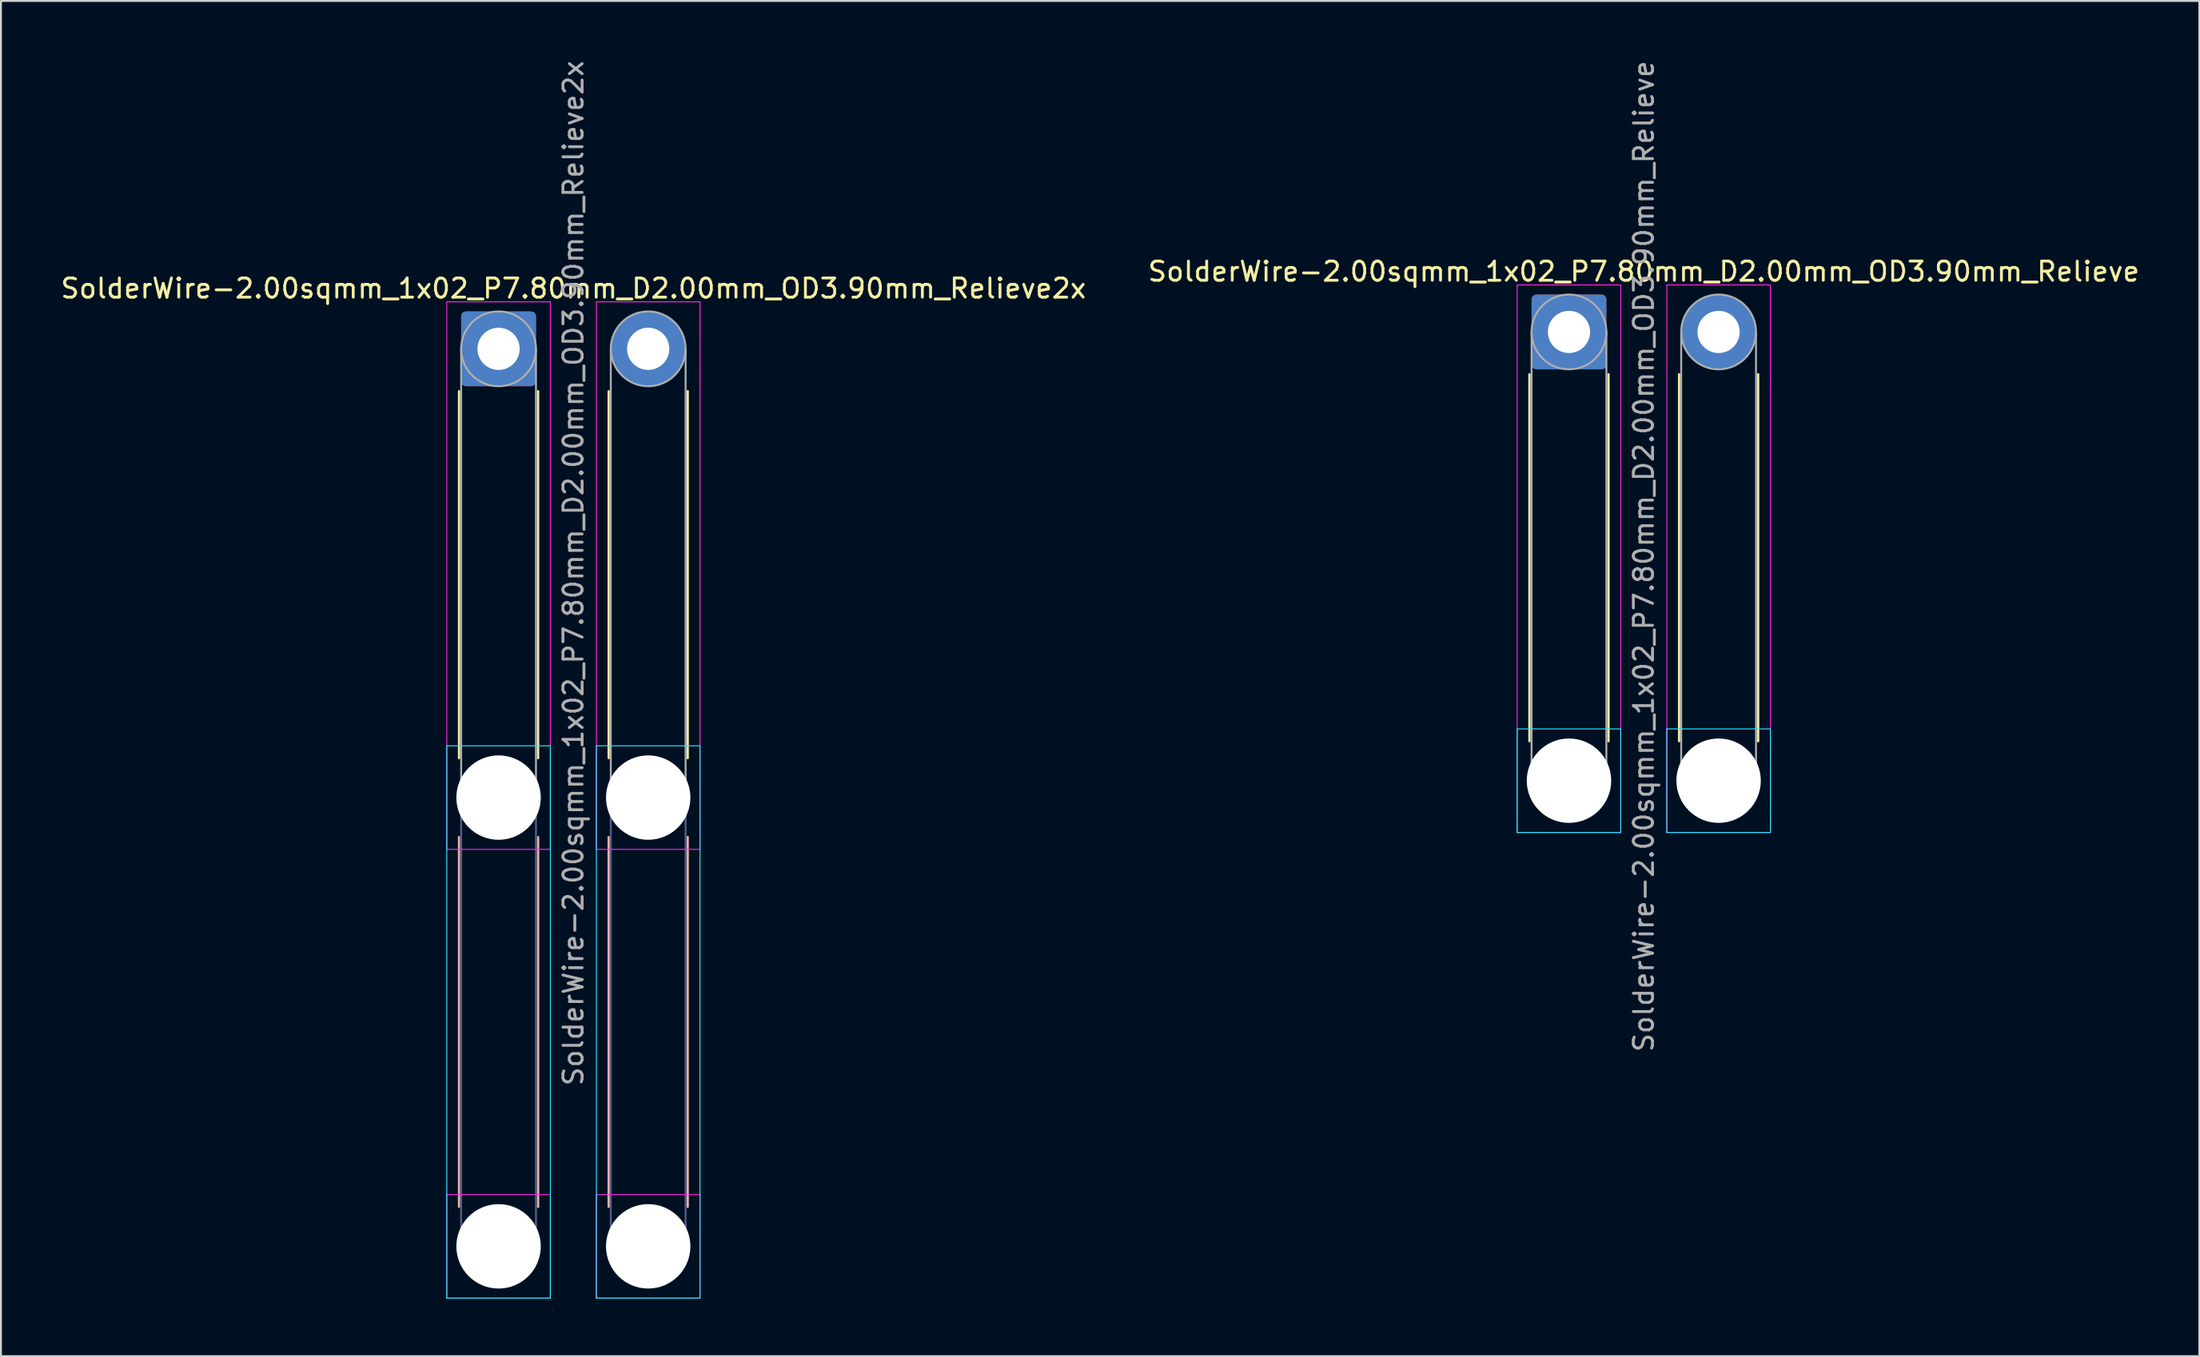
<source format=kicad_pcb>
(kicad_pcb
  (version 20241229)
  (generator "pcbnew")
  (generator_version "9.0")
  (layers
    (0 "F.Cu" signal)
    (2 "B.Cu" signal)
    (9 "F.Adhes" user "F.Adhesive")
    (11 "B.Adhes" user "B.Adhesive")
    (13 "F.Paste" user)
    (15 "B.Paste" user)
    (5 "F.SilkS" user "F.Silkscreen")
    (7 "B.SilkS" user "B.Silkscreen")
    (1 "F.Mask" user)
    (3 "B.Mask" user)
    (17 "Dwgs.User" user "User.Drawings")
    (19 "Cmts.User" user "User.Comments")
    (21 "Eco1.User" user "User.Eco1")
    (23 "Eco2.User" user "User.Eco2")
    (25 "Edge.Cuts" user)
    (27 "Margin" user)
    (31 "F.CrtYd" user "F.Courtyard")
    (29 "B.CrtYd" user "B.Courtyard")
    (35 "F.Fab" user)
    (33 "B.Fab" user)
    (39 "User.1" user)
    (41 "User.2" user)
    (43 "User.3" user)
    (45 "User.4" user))
  (footprint "SolderWire-2.00sqmm_1x02_P7.80mm_D2.00mm_OD3.90mm_Relieve"
    (layer "F.Cu")
    (at 78.737 14.258)
    (property "Reference" "SolderWire-2.00sqmm_1x02_P7.80mm_D2.00mm_OD3.90mm_Relieve" (at 3.9 -3.15 0) (layer "F.SilkS") (effects (font (size 1 1) (thickness 0.15))))
    (attr exclude_from_pos_files exclude_from_bom)
    (fp_line (start -2.06 2.21) (end -2.06 21.34) (stroke (width 0.12) (type solid)) (layer "F.SilkS"))
    (fp_line (start 2.06 2.21) (end 2.06 21.34) (stroke (width 0.12) (type solid)) (layer "F.SilkS"))
    (fp_line (start 5.74 2.21) (end 5.74 21.34) (stroke (width 0.12) (type solid)) (layer "F.SilkS"))
    (fp_line (start 9.86 2.21) (end 9.86 21.34) (stroke (width 0.12) (type solid)) (layer "F.SilkS"))
    (fp_line (start -2.7 20.7) (end -2.7 26.1) (stroke (width 0.05) (type solid)) (layer "B.CrtYd"))
    (fp_line (start -2.7 26.1) (end 2.7 26.1) (stroke (width 0.05) (type solid)) (layer "B.CrtYd"))
    (fp_line (start 2.7 20.7) (end -2.7 20.7) (stroke (width 0.05) (type solid)) (layer "B.CrtYd"))
    (fp_line (start 2.7 26.1) (end 2.7 20.7) (stroke (width 0.05) (type solid)) (layer "B.CrtYd"))
    (fp_line (start 5.1 20.7) (end 5.1 26.1) (stroke (width 0.05) (type solid)) (layer "B.CrtYd"))
    (fp_line (start 5.1 26.1) (end 10.5 26.1) (stroke (width 0.05) (type solid)) (layer "B.CrtYd"))
    (fp_line (start 10.5 20.7) (end 5.1 20.7) (stroke (width 0.05) (type solid)) (layer "B.CrtYd"))
    (fp_line (start 10.5 26.1) (end 10.5 20.7) (stroke (width 0.05) (type solid)) (layer "B.CrtYd"))
    (fp_line (start -2.7 -2.45) (end -2.7 26.1) (stroke (width 0.05) (type solid)) (layer "F.CrtYd"))
    (fp_line (start -2.7 26.1) (end 2.7 26.1) (stroke (width 0.05) (type solid)) (layer "F.CrtYd"))
    (fp_line (start 2.7 -2.45) (end -2.7 -2.45) (stroke (width 0.05) (type solid)) (layer "F.CrtYd"))
    (fp_line (start 2.7 26.1) (end 2.7 -2.45) (stroke (width 0.05) (type solid)) (layer "F.CrtYd"))
    (fp_line (start 5.1 -2.45) (end 5.1 26.1) (stroke (width 0.05) (type solid)) (layer "F.CrtYd"))
    (fp_line (start 5.1 26.1) (end 10.5 26.1) (stroke (width 0.05) (type solid)) (layer "F.CrtYd"))
    (fp_line (start 10.5 -2.45) (end 5.1 -2.45) (stroke (width 0.05) (type solid)) (layer "F.CrtYd"))
    (fp_line (start 10.5 26.1) (end 10.5 -2.45) (stroke (width 0.05) (type solid)) (layer "F.CrtYd"))
    (fp_line (start -1.95 0) (end -1.95 23.4) (stroke (width 0.1) (type solid)) (layer "F.Fab"))
    (fp_line (start 1.95 0) (end 1.95 23.4) (stroke (width 0.1) (type solid)) (layer "F.Fab"))
    (fp_line (start 5.85 0) (end 5.85 23.4) (stroke (width 0.1) (type solid)) (layer "F.Fab"))
    (fp_line (start 9.75 0) (end 9.75 23.4) (stroke (width 0.1) (type solid)) (layer "F.Fab"))
    (fp_circle (center 0 0) (end 1.95 0) (stroke (width 0.1) (type solid)) (fill no) (layer "F.Fab"))
    (fp_circle (center 0 23.4) (end 1.95 23.4) (stroke (width 0.1) (type solid)) (fill no) (layer "F.Fab"))
    (fp_circle (center 7.8 0) (end 9.75 0) (stroke (width 0.1) (type solid)) (fill no) (layer "F.Fab"))
    (fp_circle (center 7.8 23.4) (end 9.75 23.4) (stroke (width 0.1) (type solid)) (fill no) (layer "F.Fab"))
    (fp_text user "${REFERENCE}" (at 3.9 11.7 90) (layer "F.Fab") (effects (font (size 1 1) (thickness 0.15))))
    (pad "" np_thru_hole circle (at 0 23.4) (size 4.4 4.4) (drill 4.4) (layers "*.Cu" "*.Mask"))
    (pad "" np_thru_hole circle (at 7.8 23.4) (size 4.4 4.4) (drill 4.4) (layers "*.Cu" "*.Mask"))
    (pad "1" thru_hole roundrect (at 0 0) (size 3.9 3.9) (drill 2.2) (layers "*.Cu" "*.Mask") (roundrect_rratio 0.064))
    (pad "2" thru_hole circle (at 7.8 0) (size 3.9 3.9) (drill 2.2) (layers "*.Cu" "*.Mask")))
  (footprint "SolderWire-2.00sqmm_1x02_P7.80mm_D2.00mm_OD3.90mm_Relieve2x"
    (layer "F.Cu")
    (at 22.939 15.139)
    (property "Reference" "SolderWire-2.00sqmm_1x02_P7.80mm_D2.00mm_OD3.90mm_Relieve2x" (at 3.9 -3.15 0) (layer "F.SilkS") (effects (font (size 1 1) (thickness 0.15))))
    (attr exclude_from_pos_files exclude_from_bom)
    (fp_line (start -2.06 2.21) (end -2.06 21.34) (stroke (width 0.12) (type solid)) (layer "F.SilkS"))
    (fp_line (start 2.06 2.21) (end 2.06 21.34) (stroke (width 0.12) (type solid)) (layer "F.SilkS"))
    (fp_line (start 5.74 2.21) (end 5.74 21.34) (stroke (width 0.12) (type solid)) (layer "F.SilkS"))
    (fp_line (start 9.86 2.21) (end 9.86 21.34) (stroke (width 0.12) (type solid)) (layer "F.SilkS"))
    (fp_line (start -2.06 25.46) (end -2.06 44.74) (stroke (width 0.12) (type solid)) (layer "B.SilkS"))
    (fp_line (start 2.06 25.46) (end 2.06 44.74) (stroke (width 0.12) (type solid)) (layer "B.SilkS"))
    (fp_line (start 5.74 25.46) (end 5.74 44.74) (stroke (width 0.12) (type solid)) (layer "B.SilkS"))
    (fp_line (start 9.86 25.46) (end 9.86 44.74) (stroke (width 0.12) (type solid)) (layer "B.SilkS"))
    (fp_line (start -2.7 20.7) (end -2.7 49.5) (stroke (width 0.05) (type solid)) (layer "B.CrtYd"))
    (fp_line (start -2.7 49.5) (end 2.7 49.5) (stroke (width 0.05) (type solid)) (layer "B.CrtYd"))
    (fp_line (start 2.7 20.7) (end -2.7 20.7) (stroke (width 0.05) (type solid)) (layer "B.CrtYd"))
    (fp_line (start 2.7 49.5) (end 2.7 20.7) (stroke (width 0.05) (type solid)) (layer "B.CrtYd"))
    (fp_line (start 5.1 20.7) (end 5.1 49.5) (stroke (width 0.05) (type solid)) (layer "B.CrtYd"))
    (fp_line (start 5.1 49.5) (end 10.5 49.5) (stroke (width 0.05) (type solid)) (layer "B.CrtYd"))
    (fp_line (start 10.5 20.7) (end 5.1 20.7) (stroke (width 0.05) (type solid)) (layer "B.CrtYd"))
    (fp_line (start 10.5 49.5) (end 10.5 20.7) (stroke (width 0.05) (type solid)) (layer "B.CrtYd"))
    (fp_line (start -2.7 -2.45) (end -2.7 26.1) (stroke (width 0.05) (type solid)) (layer "F.CrtYd"))
    (fp_line (start -2.7 26.1) (end 2.7 26.1) (stroke (width 0.05) (type solid)) (layer "F.CrtYd"))
    (fp_line (start -2.7 44.1) (end -2.7 49.5) (stroke (width 0.05) (type solid)) (layer "F.CrtYd"))
    (fp_line (start -2.7 49.5) (end 2.7 49.5) (stroke (width 0.05) (type solid)) (layer "F.CrtYd"))
    (fp_line (start 2.7 -2.45) (end -2.7 -2.45) (stroke (width 0.05) (type solid)) (layer "F.CrtYd"))
    (fp_line (start 2.7 26.1) (end 2.7 -2.45) (stroke (width 0.05) (type solid)) (layer "F.CrtYd"))
    (fp_line (start 2.7 44.1) (end -2.7 44.1) (stroke (width 0.05) (type solid)) (layer "F.CrtYd"))
    (fp_line (start 2.7 49.5) (end 2.7 44.1) (stroke (width 0.05) (type solid)) (layer "F.CrtYd"))
    (fp_line (start 5.1 -2.45) (end 5.1 26.1) (stroke (width 0.05) (type solid)) (layer "F.CrtYd"))
    (fp_line (start 5.1 26.1) (end 10.5 26.1) (stroke (width 0.05) (type solid)) (layer "F.CrtYd"))
    (fp_line (start 5.1 44.1) (end 5.1 49.5) (stroke (width 0.05) (type solid)) (layer "F.CrtYd"))
    (fp_line (start 5.1 49.5) (end 10.5 49.5) (stroke (width 0.05) (type solid)) (layer "F.CrtYd"))
    (fp_line (start 10.5 -2.45) (end 5.1 -2.45) (stroke (width 0.05) (type solid)) (layer "F.CrtYd"))
    (fp_line (start 10.5 26.1) (end 10.5 -2.45) (stroke (width 0.05) (type solid)) (layer "F.CrtYd"))
    (fp_line (start 10.5 44.1) (end 5.1 44.1) (stroke (width 0.05) (type solid)) (layer "F.CrtYd"))
    (fp_line (start 10.5 49.5) (end 10.5 44.1) (stroke (width 0.05) (type solid)) (layer "F.CrtYd"))
    (fp_line (start -1.95 23.4) (end -1.95 46.8) (stroke (width 0.1) (type solid)) (layer "B.Fab"))
    (fp_line (start 1.95 23.4) (end 1.95 46.8) (stroke (width 0.1) (type solid)) (layer "B.Fab"))
    (fp_line (start 5.85 23.4) (end 5.85 46.8) (stroke (width 0.1) (type solid)) (layer "B.Fab"))
    (fp_line (start 9.75 23.4) (end 9.75 46.8) (stroke (width 0.1) (type solid)) (layer "B.Fab"))
    (fp_circle (center 0 23.4) (end 1.95 23.4) (stroke (width 0.1) (type solid)) (fill no) (layer "B.Fab"))
    (fp_circle (center 0 46.8) (end 1.95 46.8) (stroke (width 0.1) (type solid)) (fill no) (layer "B.Fab"))
    (fp_circle (center 7.8 23.4) (end 9.75 23.4) (stroke (width 0.1) (type solid)) (fill no) (layer "B.Fab"))
    (fp_circle (center 7.8 46.8) (end 9.75 46.8) (stroke (width 0.1) (type solid)) (fill no) (layer "B.Fab"))
    (fp_line (start -1.95 0) (end -1.95 23.4) (stroke (width 0.1) (type solid)) (layer "F.Fab"))
    (fp_line (start 1.95 0) (end 1.95 23.4) (stroke (width 0.1) (type solid)) (layer "F.Fab"))
    (fp_line (start 5.85 0) (end 5.85 23.4) (stroke (width 0.1) (type solid)) (layer "F.Fab"))
    (fp_line (start 9.75 0) (end 9.75 23.4) (stroke (width 0.1) (type solid)) (layer "F.Fab"))
    (fp_circle (center 0 0) (end 1.95 0) (stroke (width 0.1) (type solid)) (fill no) (layer "F.Fab"))
    (fp_circle (center 0 23.4) (end 1.95 23.4) (stroke (width 0.1) (type solid)) (fill no) (layer "F.Fab"))
    (fp_circle (center 0 46.8) (end 1.95 46.8) (stroke (width 0.1) (type solid)) (fill no) (layer "F.Fab"))
    (fp_circle (center 7.8 0) (end 9.75 0) (stroke (width 0.1) (type solid)) (fill no) (layer "F.Fab"))
    (fp_circle (center 7.8 23.4) (end 9.75 23.4) (stroke (width 0.1) (type solid)) (fill no) (layer "F.Fab"))
    (fp_circle (center 7.8 46.8) (end 9.75 46.8) (stroke (width 0.1) (type solid)) (fill no) (layer "F.Fab"))
    (fp_text user "${REFERENCE}" (at 3.9 11.7 90) (layer "F.Fab") (effects (font (size 1 1) (thickness 0.15))))
    (pad "" np_thru_hole circle (at 0 23.4) (size 4.4 4.4) (drill 4.4) (layers "*.Cu" "*.Mask"))
    (pad "" np_thru_hole circle (at 0 46.8) (size 4.4 4.4) (drill 4.4) (layers "*.Cu" "*.Mask"))
    (pad "" np_thru_hole circle (at 7.8 23.4) (size 4.4 4.4) (drill 4.4) (layers "*.Cu" "*.Mask"))
    (pad "" np_thru_hole circle (at 7.8 46.8) (size 4.4 4.4) (drill 4.4) (layers "*.Cu" "*.Mask"))
    (pad "1" thru_hole roundrect (at 0 0) (size 3.9 3.9) (drill 2.2) (layers "*.Cu" "*.Mask") (roundrect_rratio 0.064))
    (pad "2" thru_hole circle (at 7.8 0) (size 3.9 3.9) (drill 2.2) (layers "*.Cu" "*.Mask")))
  (gr_rect
    (start -3 -3)
    (end 111.595 67.664)
    (stroke (width 0.1) (type default))
    (fill no)
    (layer "Edge.Cuts")))
</source>
